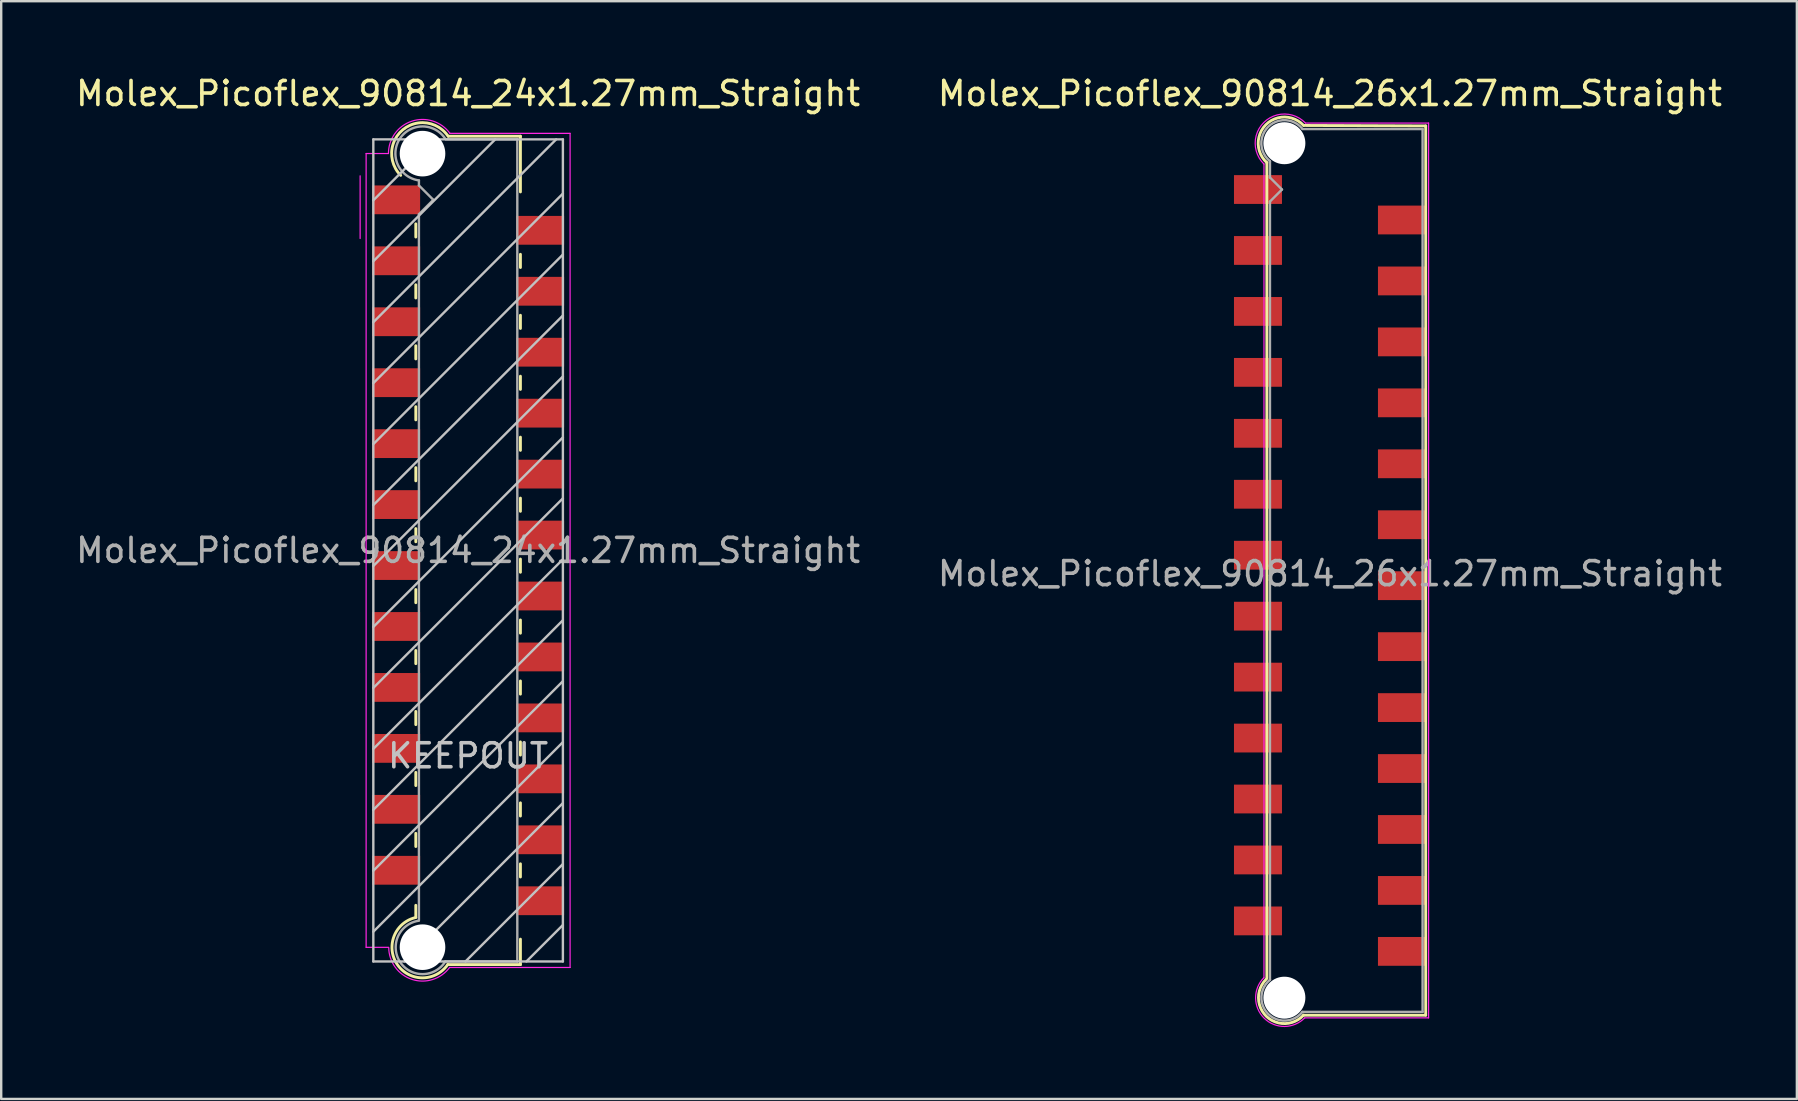
<source format=kicad_pcb>
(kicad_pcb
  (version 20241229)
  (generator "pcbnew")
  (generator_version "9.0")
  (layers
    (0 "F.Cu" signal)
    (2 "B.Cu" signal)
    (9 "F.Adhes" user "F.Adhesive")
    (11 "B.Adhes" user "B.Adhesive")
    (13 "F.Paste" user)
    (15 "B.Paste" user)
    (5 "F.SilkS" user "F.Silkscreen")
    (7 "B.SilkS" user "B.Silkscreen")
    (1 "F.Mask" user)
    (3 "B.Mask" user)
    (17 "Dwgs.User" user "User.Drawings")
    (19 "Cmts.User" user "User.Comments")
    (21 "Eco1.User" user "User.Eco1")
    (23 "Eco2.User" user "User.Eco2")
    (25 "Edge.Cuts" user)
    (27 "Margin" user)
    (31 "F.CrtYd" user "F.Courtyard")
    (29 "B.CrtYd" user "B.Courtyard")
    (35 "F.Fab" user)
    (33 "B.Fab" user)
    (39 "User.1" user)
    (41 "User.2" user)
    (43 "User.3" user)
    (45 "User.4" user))
  (footprint "Molex_Picoflex_90814_24x1.27mm_Straight"
    (layer "F.Cu")
    (at 16.458 19.888)
    (property "Reference" "Molex_Picoflex_90814_24x1.27mm_Straight" (at 0 -19.04 0) (layer "F.SilkS") (effects (font (size 1 1) (thickness 0.15))))
    (attr smd)
    (fp_line (start -2.18 -13.06) (end -2.18 -13.61) (stroke (width 0.12) (type solid)) (layer "F.SilkS"))
    (fp_line (start -2.18 -10.52) (end -2.18 -11.07) (stroke (width 0.12) (type solid)) (layer "F.SilkS"))
    (fp_line (start -2.18 -7.98) (end -2.18 -8.53) (stroke (width 0.12) (type solid)) (layer "F.SilkS"))
    (fp_line (start -2.18 -5.44) (end -2.18 -5.99) (stroke (width 0.12) (type solid)) (layer "F.SilkS"))
    (fp_line (start -2.18 -2.9) (end -2.18 -3.45) (stroke (width 0.12) (type solid)) (layer "F.SilkS"))
    (fp_line (start -2.18 -0.36) (end -2.18 -0.91) (stroke (width 0.12) (type solid)) (layer "F.SilkS"))
    (fp_line (start -2.18 2.18) (end -2.18 1.63) (stroke (width 0.12) (type solid)) (layer "F.SilkS"))
    (fp_line (start -2.18 4.72) (end -2.18 4.17) (stroke (width 0.12) (type solid)) (layer "F.SilkS"))
    (fp_line (start -2.18 7.26) (end -2.18 6.71) (stroke (width 0.12) (type solid)) (layer "F.SilkS"))
    (fp_line (start -2.18 9.8) (end -2.18 9.25) (stroke (width 0.12) (type solid)) (layer "F.SilkS"))
    (fp_line (start -2.18 12.34) (end -2.18 11.79) (stroke (width 0.12) (type solid)) (layer "F.SilkS"))
    (fp_line (start -2.18 15.29) (end -2.18 14.79) (stroke (width 0.12) (type solid)) (layer "F.SilkS"))
    (fp_line (start 2.18 -17.26) (end -0.82 -17.26) (stroke (width 0.12) (type solid)) (layer "F.SilkS"))
    (fp_line (start 2.18 -17.26) (end 2.18 -14.94) (stroke (width 0.12) (type solid)) (layer "F.SilkS"))
    (fp_line (start 2.18 -12.34) (end 2.18 -11.79) (stroke (width 0.12) (type solid)) (layer "F.SilkS"))
    (fp_line (start 2.18 -9.8) (end 2.18 -9.25) (stroke (width 0.12) (type solid)) (layer "F.SilkS"))
    (fp_line (start 2.18 -7.26) (end 2.18 -6.71) (stroke (width 0.12) (type solid)) (layer "F.SilkS"))
    (fp_line (start 2.18 -4.72) (end 2.18 -4.17) (stroke (width 0.12) (type solid)) (layer "F.SilkS"))
    (fp_line (start 2.18 -2.18) (end 2.18 -1.63) (stroke (width 0.12) (type solid)) (layer "F.SilkS"))
    (fp_line (start 2.18 0.36) (end 2.18 0.91) (stroke (width 0.12) (type solid)) (layer "F.SilkS"))
    (fp_line (start 2.18 2.9) (end 2.18 3.45) (stroke (width 0.12) (type solid)) (layer "F.SilkS"))
    (fp_line (start 2.18 5.44) (end 2.18 5.99) (stroke (width 0.12) (type solid)) (layer "F.SilkS"))
    (fp_line (start 2.18 7.98) (end 2.18 8.53) (stroke (width 0.12) (type solid)) (layer "F.SilkS"))
    (fp_line (start 2.18 10.52) (end 2.18 11.07) (stroke (width 0.12) (type solid)) (layer "F.SilkS"))
    (fp_line (start 2.18 13.06) (end 2.18 13.61) (stroke (width 0.12) (type solid)) (layer "F.SilkS"))
    (fp_line (start 2.18 16.2) (end 2.18 17.26) (stroke (width 0.12) (type solid)) (layer "F.SilkS"))
    (fp_line (start 2.18 17.26) (end -0.85 17.26) (stroke (width 0.12) (type solid)) (layer "F.SilkS"))
    (fp_arc (start -2.81 -15.63) (mid -2.718591 -17.53303) (end -0.833083 -17.259645) (stroke (width 0.12) (type solid)) (layer "F.SilkS"))
    (fp_arc (start -0.85 17.26) (mid -2.953481 17.254897) (end -2.181219 15.298301) (stroke (width 0.12) (type solid)) (layer "F.SilkS"))
    (fp_line (start -3.95 -17.13) (end -3.95 17.13) (stroke (width 0.1) (type solid)) (layer "Dwgs.User"))
    (fp_line (start -3.95 -14.59) (end -1.41 -17.13) (stroke (width 0.1) (type solid)) (layer "Dwgs.User"))
    (fp_line (start -3.95 -12.05) (end 1.13 -17.13) (stroke (width 0.1) (type solid)) (layer "Dwgs.User"))
    (fp_line (start -3.95 -9.51) (end 3.67 -17.13) (stroke (width 0.1) (type solid)) (layer "Dwgs.User"))
    (fp_line (start -3.95 -6.97) (end 3.95 -14.87) (stroke (width 0.1) (type solid)) (layer "Dwgs.User"))
    (fp_line (start -3.95 -4.43) (end 3.95 -12.33) (stroke (width 0.1) (type solid)) (layer "Dwgs.User"))
    (fp_line (start -3.95 -1.89) (end 3.95 -9.79) (stroke (width 0.1) (type solid)) (layer "Dwgs.User"))
    (fp_line (start -3.95 0.65) (end 3.95 -7.25) (stroke (width 0.1) (type solid)) (layer "Dwgs.User"))
    (fp_line (start -3.95 3.19) (end 3.95 -4.71) (stroke (width 0.1) (type solid)) (layer "Dwgs.User"))
    (fp_line (start -3.95 5.73) (end 3.95 -2.17) (stroke (width 0.1) (type solid)) (layer "Dwgs.User"))
    (fp_line (start -3.95 8.27) (end 3.95 0.37) (stroke (width 0.1) (type solid)) (layer "Dwgs.User"))
    (fp_line (start -3.95 10.81) (end 3.95 2.91) (stroke (width 0.1) (type solid)) (layer "Dwgs.User"))
    (fp_line (start -3.95 13.35) (end 3.95 5.45) (stroke (width 0.1) (type solid)) (layer "Dwgs.User"))
    (fp_line (start -3.95 15.89) (end 3.95 7.99) (stroke (width 0.1) (type solid)) (layer "Dwgs.User"))
    (fp_line (start -3.95 17.13) (end 3.95 17.13) (stroke (width 0.1) (type solid)) (layer "Dwgs.User"))
    (fp_line (start -2.65 17.13) (end 3.95 10.53) (stroke (width 0.1) (type solid)) (layer "Dwgs.User"))
    (fp_line (start -0.11 17.13) (end 3.95 13.07) (stroke (width 0.1) (type solid)) (layer "Dwgs.User"))
    (fp_line (start 2.43 17.13) (end 3.95 15.61) (stroke (width 0.1) (type solid)) (layer "Dwgs.User"))
    (fp_line (start 3.95 -17.13) (end -3.95 -17.13) (stroke (width 0.1) (type solid)) (layer "Dwgs.User"))
    (fp_line (start 3.95 17.13) (end 3.95 -17.13) (stroke (width 0.1) (type solid)) (layer "Dwgs.User"))
    (fp_line (start -4.5 -15.61) (end -4.5 -13) (stroke (width 0.05) (type solid)) (layer "F.CrtYd"))
    (fp_line (start -4.25 16.54) (end -4.25 -16.54) (stroke (width 0.05) (type solid)) (layer "F.CrtYd"))
    (fp_line (start -3.32 -16.54) (end -4.25 -16.54) (stroke (width 0.05) (type solid)) (layer "F.CrtYd"))
    (fp_line (start -3.32 16.54) (end -4.25 16.54) (stroke (width 0.05) (type solid)) (layer "F.CrtYd"))
    (fp_line (start 4.25 -17.38) (end -0.76 -17.38) (stroke (width 0.05) (type solid)) (layer "F.CrtYd"))
    (fp_line (start 4.25 -17.38) (end 4.25 17.38) (stroke (width 0.05) (type solid)) (layer "F.CrtYd"))
    (fp_line (start 4.25 17.38) (end -0.77 17.38) (stroke (width 0.05) (type solid)) (layer "F.CrtYd"))
    (fp_arc (start -3.32 -16.54) (mid -2.344692 -17.888573) (end -0.758523 -17.384648) (stroke (width 0.05) (type solid)) (layer "F.CrtYd"))
    (fp_arc (start -0.77 17.38) (mid -2.339205 17.877759) (end -3.307997 16.54674) (stroke (width 0.05) (type solid)) (layer "F.CrtYd"))
    (fp_line (start -2.05 -15.21) (end -2.05 -15.42) (stroke (width 0.1) (type solid)) (layer "F.Fab"))
    (fp_line (start -2.05 -14.01) (end -1.45 -14.61) (stroke (width 0.1) (type solid)) (layer "F.Fab"))
    (fp_line (start -2.05 15.42) (end -2.05 -14.01) (stroke (width 0.1) (type solid)) (layer "F.Fab"))
    (fp_line (start -1.45 -14.61) (end -2.05 -15.21) (stroke (width 0.1) (type solid)) (layer "F.Fab"))
    (fp_line (start 2.05 -17.13) (end -0.93 -17.13) (stroke (width 0.1) (type solid)) (layer "F.Fab"))
    (fp_line (start 2.05 -17.13) (end 2.05 17.13) (stroke (width 0.1) (type solid)) (layer "F.Fab"))
    (fp_line (start 2.05 17.13) (end -0.95 17.13) (stroke (width 0.1) (type solid)) (layer "F.Fab"))
    (fp_arc (start -2.05 -15.42) (mid -2.851672 -17.149279) (end -0.945612 -17.145015) (stroke (width 0.1) (type solid)) (layer "F.Fab"))
    (fp_arc (start -0.95 17.13) (mid -2.836209 17.151648) (end -2.058682 15.433013) (stroke (width 0.1) (type solid)) (layer "F.Fab"))
    (fp_text user "KEEPOUT" (at 0 8.56 0) (layer "Dwgs.User") (effects (font (size 1 1) (thickness 0.15))))
    (fp_text user "${REFERENCE}" (at 0 0 0) (layer "F.Fab") (effects (font (size 1 1) (thickness 0.15))))
    (pad "" np_thru_hole circle (at -1.9 -16.535) (size 1.9 1.9) (drill 1.9) (layers "*.Cu"))
    (pad "" np_thru_hole circle (at -1.9 16.535) (size 1.9 1.9) (drill 1.9) (layers "*.Cu"))
    (pad "1" smd rect (at -3 -14.61) (size 2 1.2) (layers "F.Cu" "F.Mask" "F.Paste"))
    (pad "2" smd rect (at 3 -13.34) (size 2 1.2) (layers "F.Cu" "F.Mask" "F.Paste"))
    (pad "3" smd rect (at -3 -12.07) (size 2 1.2) (layers "F.Cu" "F.Mask" "F.Paste"))
    (pad "4" smd rect (at 3 -10.8) (size 2 1.2) (layers "F.Cu" "F.Mask" "F.Paste"))
    (pad "5" smd rect (at -3 -9.53) (size 2 1.2) (layers "F.Cu" "F.Mask" "F.Paste"))
    (pad "6" smd rect (at 3 -8.26) (size 2 1.2) (layers "F.Cu" "F.Mask" "F.Paste"))
    (pad "7" smd rect (at -3 -6.99) (size 2 1.2) (layers "F.Cu" "F.Mask" "F.Paste"))
    (pad "8" smd rect (at 3 -5.72) (size 2 1.2) (layers "F.Cu" "F.Mask" "F.Paste"))
    (pad "9" smd rect (at -3 -4.45) (size 2 1.2) (layers "F.Cu" "F.Mask" "F.Paste"))
    (pad "10" smd rect (at 3 -3.18) (size 2 1.2) (layers "F.Cu" "F.Mask" "F.Paste"))
    (pad "11" smd rect (at -3 -1.91) (size 2 1.2) (layers "F.Cu" "F.Mask" "F.Paste"))
    (pad "12" smd rect (at 3 -0.64) (size 2 1.2) (layers "F.Cu" "F.Mask" "F.Paste"))
    (pad "13" smd rect (at -3 0.63) (size 2 1.2) (layers "F.Cu" "F.Mask" "F.Paste"))
    (pad "14" smd rect (at 3 1.9) (size 2 1.2) (layers "F.Cu" "F.Mask" "F.Paste"))
    (pad "15" smd rect (at -3 3.17) (size 2 1.2) (layers "F.Cu" "F.Mask" "F.Paste"))
    (pad "16" smd rect (at 3 4.44) (size 2 1.2) (layers "F.Cu" "F.Mask" "F.Paste"))
    (pad "17" smd rect (at -3 5.71) (size 2 1.2) (layers "F.Cu" "F.Mask" "F.Paste"))
    (pad "18" smd rect (at 3 6.98) (size 2 1.2) (layers "F.Cu" "F.Mask" "F.Paste"))
    (pad "19" smd rect (at -3 8.25) (size 2 1.2) (layers "F.Cu" "F.Mask" "F.Paste"))
    (pad "20" smd rect (at 3 9.52) (size 2 1.2) (layers "F.Cu" "F.Mask" "F.Paste"))
    (pad "21" smd rect (at -3 10.79) (size 2 1.2) (layers "F.Cu" "F.Mask" "F.Paste"))
    (pad "22" smd rect (at 3 12.06) (size 2 1.2) (layers "F.Cu" "F.Mask" "F.Paste"))
    (pad "23" smd rect (at -3 13.33) (size 2 1.2) (layers "F.Cu" "F.Mask" "F.Paste"))
    (pad "24" smd rect (at 3 14.6) (size 2 1.2) (layers "F.Cu" "F.Mask" "F.Paste")))
  (footprint "Molex_Picoflex_90814_26x1.27mm_Straight"
    (layer "F.Cu")
    (at 49.375 4.848)
    (property "Reference" "Molex_Picoflex_90814_26x1.27mm_Straight" (at 3 -4 0) (layer "F.SilkS") (effects (font (size 1 1) (thickness 0.15))))
    (attr through_hole)
    (fp_line (start 0.37 -1.12) (end 0.37 32.87) (stroke (width 0.12) (type solid)) (layer "F.SilkS"))
    (fp_line (start 1.91 -2.67) (end 6.99 -2.65) (stroke (width 0.12) (type solid)) (layer "F.SilkS"))
    (fp_line (start 6.99 -2.65) (end 6.99 34.41) (stroke (width 0.12) (type solid)) (layer "F.SilkS"))
    (fp_line (start 6.99 34.41) (end 1.9 34.41) (stroke (width 0.12) (type solid)) (layer "F.SilkS"))
    (fp_arc (start 0.37 -1.12) (mid 0.323949 -2.695992) (end 1.900408 -2.670505) (stroke (width 0.12) (type solid)) (layer "F.SilkS"))
    (fp_arc (start 1.9 34.405) (mid 0.352266 34.458793) (end 0.34306 32.910151) (stroke (width 0.12) (type solid)) (layer "F.SilkS"))
    (fp_line (start 0.25 -1.07) (end 0.25 32.86) (stroke (width 0.05) (type solid)) (layer "F.CrtYd"))
    (fp_line (start 1.98 -2.77) (end 7.11 -2.77) (stroke (width 0.05) (type solid)) (layer "F.CrtYd"))
    (fp_line (start 7.11 -2.77) (end 7.11 34.52) (stroke (width 0.05) (type solid)) (layer "F.CrtYd"))
    (fp_line (start 7.11 34.52) (end 1.95 34.52) (stroke (width 0.05) (type solid)) (layer "F.CrtYd"))
    (fp_arc (start 0.25 -1.06) (mid 0.244967 -2.795054) (end 1.979845 -2.769805) (stroke (width 0.05) (type solid)) (layer "F.CrtYd"))
    (fp_arc (start 1.95 34.52) (mid 0.263717 34.533657) (end 0.242702 32.84745) (stroke (width 0.05) (type solid)) (layer "F.CrtYd"))
    (fp_line (start 0.5 -1.17) (end 0.5 -0.5) (stroke (width 0.1) (type solid)) (layer "F.Fab"))
    (fp_line (start 0.5 -0.5) (end 1 0) (stroke (width 0.1) (type solid)) (layer "F.Fab"))
    (fp_line (start 0.5 0.5) (end 0.5 32.92) (stroke (width 0.1) (type solid)) (layer "F.Fab"))
    (fp_line (start 1 0) (end 0.5 0.5) (stroke (width 0.1) (type solid)) (layer "F.Fab"))
    (fp_line (start 1.86 -2.52) (end 6.86 -2.52) (stroke (width 0.1) (type solid)) (layer "F.Fab"))
    (fp_line (start 6.86 -2.52) (end 6.86 34.27) (stroke (width 0.1) (type solid)) (layer "F.Fab"))
    (fp_line (start 6.86 34.27) (end 1.85 34.27) (stroke (width 0.1) (type solid)) (layer "F.Fab"))
    (fp_arc (start 0.5 -1.18) (mid 0.422743 -2.611045) (end 1.853335 -2.525807) (stroke (width 0.1) (type solid)) (layer "F.Fab"))
    (fp_arc (start 1.85 34.275) (mid 0.423923 34.357823) (end 0.503068 32.931537) (stroke (width 0.1) (type solid)) (layer "F.Fab"))
    (fp_text user "${REFERENCE}" (at 3 16.01 0) (layer "F.Fab") (effects (font (size 1 1) (thickness 0.15))))
    (pad "" np_thru_hole circle (at 1.1 -1.93) (size 1.75 1.75) (drill 1.75) (layers "*.Cu"))
    (pad "" np_thru_hole circle (at 1.1 33.68) (size 1.75 1.75) (drill 1.75) (layers "*.Cu"))
    (pad "1" smd rect (at 0 0) (size 2 1.2) (layers "F.Cu" "F.Mask" "F.Paste"))
    (pad "2" smd rect (at 6 1.27) (size 2 1.2) (layers "F.Cu" "F.Mask" "F.Paste"))
    (pad "3" smd rect (at 0 2.54) (size 2 1.2) (layers "F.Cu" "F.Mask" "F.Paste"))
    (pad "4" smd rect (at 6 3.81) (size 2 1.2) (layers "F.Cu" "F.Mask" "F.Paste"))
    (pad "5" smd rect (at 0 5.08) (size 2 1.2) (layers "F.Cu" "F.Mask" "F.Paste"))
    (pad "6" smd rect (at 6 6.35) (size 2 1.2) (layers "F.Cu" "F.Mask" "F.Paste"))
    (pad "7" smd rect (at 0 7.62) (size 2 1.2) (layers "F.Cu" "F.Mask" "F.Paste"))
    (pad "8" smd rect (at 6 8.89) (size 2 1.2) (layers "F.Cu" "F.Mask" "F.Paste"))
    (pad "9" smd rect (at 0 10.16) (size 2 1.2) (layers "F.Cu" "F.Mask" "F.Paste"))
    (pad "10" smd rect (at 6 11.43) (size 2 1.2) (layers "F.Cu" "F.Mask" "F.Paste"))
    (pad "11" smd rect (at 0 12.7) (size 2 1.2) (layers "F.Cu" "F.Mask" "F.Paste"))
    (pad "12" smd rect (at 6 13.97) (size 2 1.2) (layers "F.Cu" "F.Mask" "F.Paste"))
    (pad "13" smd rect (at 0 15.24) (size 2 1.2) (layers "F.Cu" "F.Mask" "F.Paste"))
    (pad "14" smd rect (at 6 16.51) (size 2 1.2) (layers "F.Cu" "F.Mask" "F.Paste"))
    (pad "15" smd rect (at 0 17.78) (size 2 1.2) (layers "F.Cu" "F.Mask" "F.Paste"))
    (pad "16" smd rect (at 6 19.05) (size 2 1.2) (layers "F.Cu" "F.Mask" "F.Paste"))
    (pad "17" smd rect (at 0 20.32) (size 2 1.2) (layers "F.Cu" "F.Mask" "F.Paste"))
    (pad "18" smd rect (at 6 21.59) (size 2 1.2) (layers "F.Cu" "F.Mask" "F.Paste"))
    (pad "19" smd rect (at 0 22.86) (size 2 1.2) (layers "F.Cu" "F.Mask" "F.Paste"))
    (pad "20" smd rect (at 6 24.13) (size 2 1.2) (layers "F.Cu" "F.Mask" "F.Paste"))
    (pad "21" smd rect (at 0 25.4) (size 2 1.2) (layers "F.Cu" "F.Mask" "F.Paste"))
    (pad "22" smd rect (at 6 26.67) (size 2 1.2) (layers "F.Cu" "F.Mask" "F.Paste"))
    (pad "23" smd rect (at 0 27.94) (size 2 1.2) (layers "F.Cu" "F.Mask" "F.Paste"))
    (pad "24" smd rect (at 6 29.21) (size 2 1.2) (layers "F.Cu" "F.Mask" "F.Paste"))
    (pad "25" smd rect (at 0 30.48) (size 2 1.2) (layers "F.Cu" "F.Mask" "F.Paste"))
    (pad "26" smd rect (at 6 31.75) (size 2 1.2) (layers "F.Cu" "F.Mask" "F.Paste")))
  (gr_rect
    (start -3 -3)
    (end 71.833 42.748)
    (stroke (width 0.1) (type default))
    (fill no)
    (layer "Edge.Cuts")))
</source>
